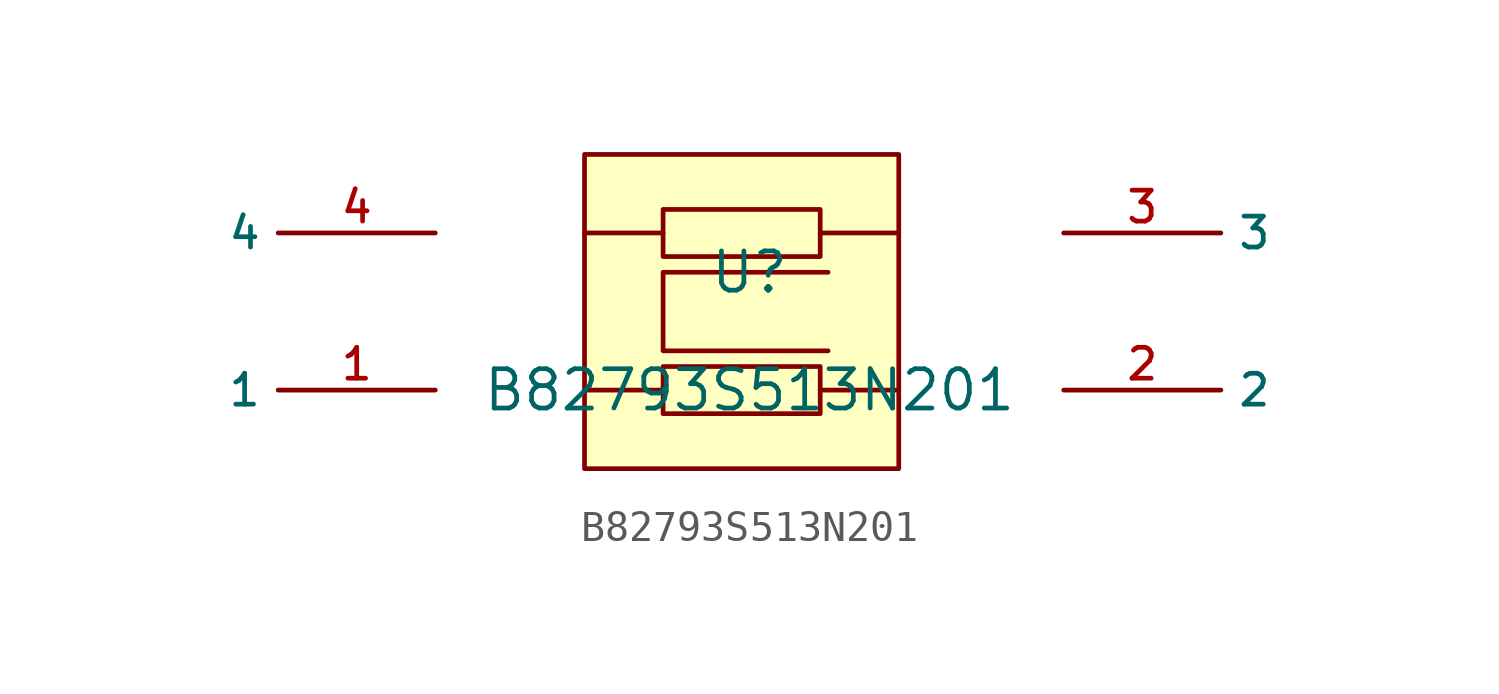
<source format=kicad_sym>
(kicad_symbol_lib
  (version 20210201)
  (generator TousstNicolas/JLC2KiCad_lib)
  (symbol "B82793S513N201"
    (property "Reference" "U"
      (at 0 1.27 0)
      (effects (font (size 1.27 1.27))))
    (property "Value" "B82793S513N201"
      (at 0 -2.54 0)
      (effects (font (size 1.27 1.27))))
    (symbol "B82793S513N201_0_1"
      (polyline (pts (xy 2.54 -1.27) (xy -2.794 -1.27) (xy -2.794 1.27) (xy 2.54 1.27)) (stroke (width 0) (type default) (color 0 0 0 0)) (fill (type none)))
      (rectangle (start -5.334 5.08) (end 4.826 -5.08) (stroke (width 0) (type default) (color 0 0 0 0)) (fill (type background)))
      (pin unspecified line (at 10.16 2.54 0) (length 5.08) (name "3" (effects (font (size 1 1)))) (number "3" (effects (font (size 1 1)))))
      (pin unspecified line (at -10.16 2.54 180) (length 5.08) (name "4" (effects (font (size 1 1)))) (number "4" (effects (font (size 1 1)))))
      (pin unspecified line (at -10.16 -2.54 180) (length 5.08) (name "1" (effects (font (size 1 1)))) (number "1" (effects (font (size 1 1)))))
      (pin unspecified line (at 10.16 -2.54 0) (length 5.08) (name "2" (effects (font (size 1 1)))) (number "2" (effects (font (size 1 1)))))
      (polyline (pts (xy 2.286 2.54) (xy 4.826 2.54)) (stroke (width 0) (type default) (color 0 0 0 0)) (fill (type none)))
      (polyline (pts (xy -2.794 2.54) (xy -5.334 2.54)) (stroke (width 0) (type default) (color 0 0 0 0)) (fill (type none)))
      (polyline (pts (xy -2.794 -2.54) (xy -5.334 -2.54)) (stroke (width 0) (type default) (color 0 0 0 0)) (fill (type none)))
      (polyline (pts (xy 2.286 -2.54) (xy 4.826 -2.54)) (stroke (width 0) (type default) (color 0 0 0 0)) (fill (type none)))
      (rectangle (start -2.794 3.302) (end 2.286 1.778) (stroke (width 0) (type default) (color 0 0 0 0)) (fill (type background)))
      (rectangle (start -2.794 -1.778) (end 2.286 -3.302) (stroke (width 0) (type default) (color 0 0 0 0)) (fill (type background))))))
</source>
